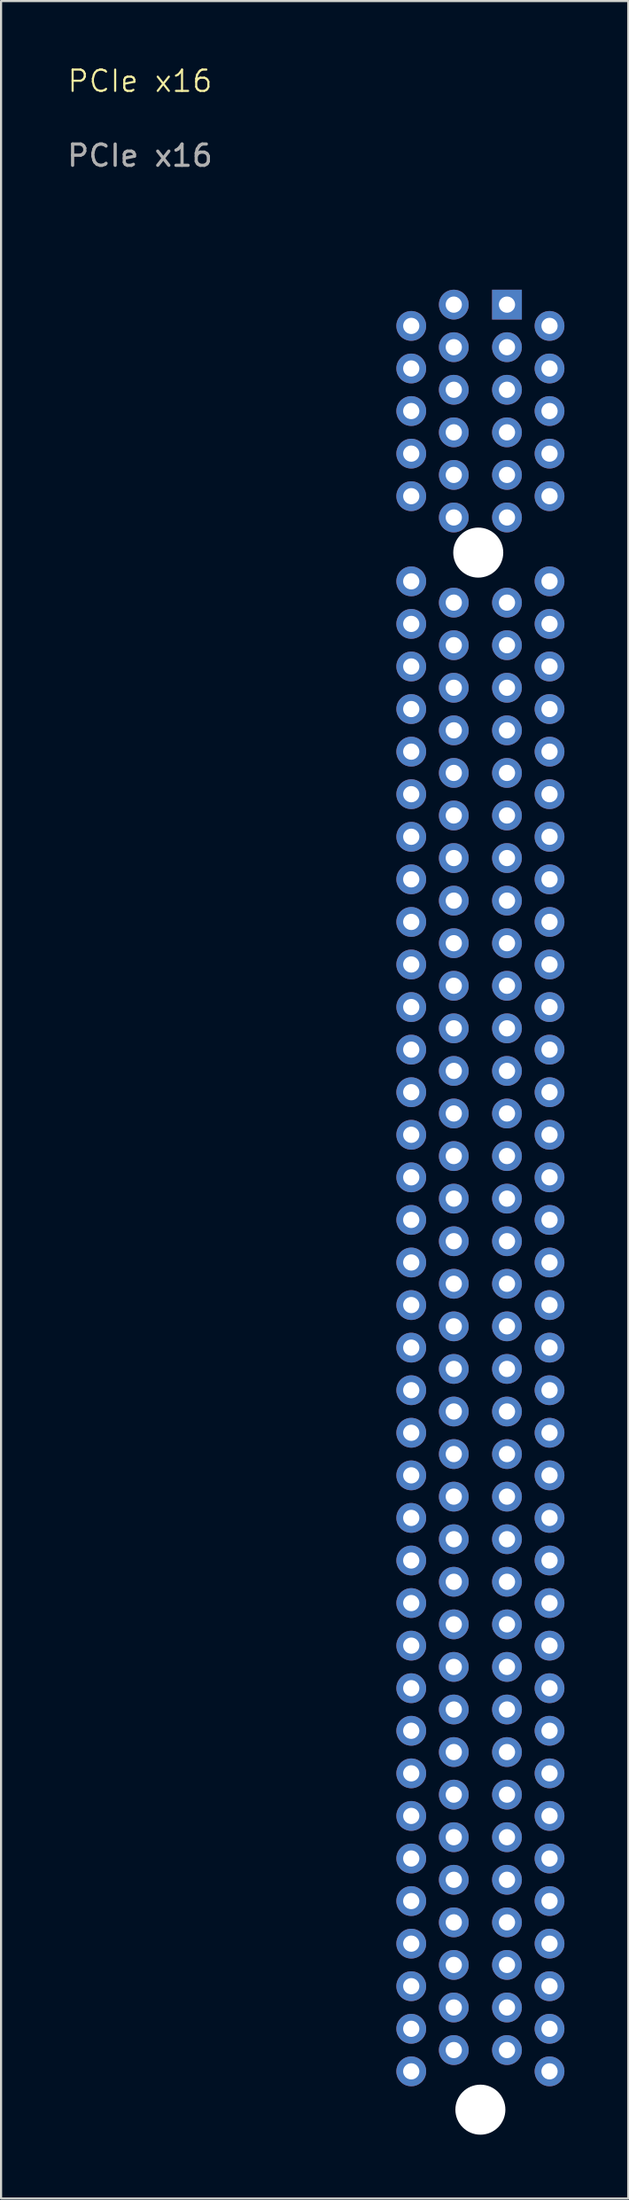
<source format=kicad_pcb>
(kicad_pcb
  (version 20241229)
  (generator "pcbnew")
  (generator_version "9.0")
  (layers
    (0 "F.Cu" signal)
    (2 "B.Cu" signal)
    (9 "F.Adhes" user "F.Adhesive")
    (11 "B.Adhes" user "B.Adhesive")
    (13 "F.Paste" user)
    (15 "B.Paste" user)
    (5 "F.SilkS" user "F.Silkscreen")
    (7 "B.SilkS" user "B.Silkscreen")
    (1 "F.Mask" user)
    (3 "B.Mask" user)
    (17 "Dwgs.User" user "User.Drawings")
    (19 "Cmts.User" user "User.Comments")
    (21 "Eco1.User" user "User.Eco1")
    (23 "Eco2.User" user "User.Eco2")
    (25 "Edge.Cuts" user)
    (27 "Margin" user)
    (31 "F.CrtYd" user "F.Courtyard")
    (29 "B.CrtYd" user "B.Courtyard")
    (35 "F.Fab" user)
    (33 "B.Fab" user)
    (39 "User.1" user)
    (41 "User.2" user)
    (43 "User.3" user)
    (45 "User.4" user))
  (footprint "PCIe x16"
    (layer "F.Cu")
    (at 19.53 11.261)
    (property "Reference" "PCIe x16" (at -16 -10.5 0) (unlocked yes) (layer "F.SilkS") (effects (font (size 1 1) (thickness 0.1))))
    (attr through_hole)
    (fp_text user "${REFERENCE}" (at -16 -7 0) (unlocked yes) (layer "F.Fab") (effects (font (size 1 1) (thickness 0.15))))
    (pad "" np_thru_hole circle (at -0.1 11.65) (size 2.35 2.35) (drill 2.35) (layers "*.Cu" "*.Mask"))
    (pad "" np_thru_hole circle (at 0 84.8) (size 2.35 2.35) (drill 2.35) (layers "*.Cu" "*.Mask"))
    (pad "A1" thru_hole rect (at 1.25 0) (size 1.4 1.4) (drill 0.762) (layers "*.Cu" "*.Mask"))
    (pad "A2" thru_hole circle (at 3.25 1) (size 1.4 1.4) (drill 0.762) (layers "*.Cu" "*.Mask"))
    (pad "A3" thru_hole circle (at 1.25 2) (size 1.4 1.4) (drill 0.762) (layers "*.Cu" "*.Mask"))
    (pad "A4" thru_hole circle (at 3.25 3) (size 1.4 1.4) (drill 0.762) (layers "*.Cu" "*.Mask"))
    (pad "A5" thru_hole circle (at 1.25 4) (size 1.4 1.4) (drill 0.762) (layers "*.Cu" "*.Mask"))
    (pad "A6" thru_hole circle (at 3.25 5) (size 1.4 1.4) (drill 0.762) (layers "*.Cu" "*.Mask"))
    (pad "A7" thru_hole circle (at 1.25 6) (size 1.4 1.4) (drill 0.762) (layers "*.Cu" "*.Mask"))
    (pad "A8" thru_hole circle (at 3.25 7) (size 1.4 1.4) (drill 0.762) (layers "*.Cu" "*.Mask"))
    (pad "A9" thru_hole circle (at 1.25 8) (size 1.4 1.4) (drill 0.762) (layers "*.Cu" "*.Mask"))
    (pad "A10" thru_hole circle (at 3.25 9) (size 1.4 1.4) (drill 0.762) (layers "*.Cu" "*.Mask"))
    (pad "A11" thru_hole circle (at 1.25 10) (size 1.4 1.4) (drill 0.762) (layers "*.Cu" "*.Mask"))
    (pad "A12" thru_hole circle (at 3.25 13) (size 1.4 1.4) (drill 0.762) (layers "*.Cu" "*.Mask"))
    (pad "A13" thru_hole circle (at 1.25 14) (size 1.4 1.4) (drill 0.762) (layers "*.Cu" "*.Mask"))
    (pad "A14" thru_hole circle (at 3.25 15) (size 1.4 1.4) (drill 0.762) (layers "*.Cu" "*.Mask"))
    (pad "A15" thru_hole circle (at 1.25 16) (size 1.4 1.4) (drill 0.762) (layers "*.Cu" "*.Mask"))
    (pad "A16" thru_hole circle (at 3.25 17) (size 1.4 1.4) (drill 0.762) (layers "*.Cu" "*.Mask"))
    (pad "A17" thru_hole circle (at 1.25 18) (size 1.4 1.4) (drill 0.762) (layers "*.Cu" "*.Mask"))
    (pad "A18" thru_hole circle (at 3.25 19) (size 1.4 1.4) (drill 0.762) (layers "*.Cu" "*.Mask"))
    (pad "A19" thru_hole circle (at 1.25 20) (size 1.4 1.4) (drill 0.762) (layers "*.Cu" "*.Mask"))
    (pad "A20" thru_hole circle (at 3.25 21) (size 1.4 1.4) (drill 0.762) (layers "*.Cu" "*.Mask"))
    (pad "A21" thru_hole circle (at 1.25 22) (size 1.4 1.4) (drill 0.762) (layers "*.Cu" "*.Mask"))
    (pad "A22" thru_hole circle (at 3.25 23) (size 1.4 1.4) (drill 0.762) (layers "*.Cu" "*.Mask"))
    (pad "A23" thru_hole circle (at 1.25 24) (size 1.4 1.4) (drill 0.762) (layers "*.Cu" "*.Mask"))
    (pad "A24" thru_hole circle (at 3.25 25) (size 1.4 1.4) (drill 0.762) (layers "*.Cu" "*.Mask"))
    (pad "A25" thru_hole circle (at 1.25 26) (size 1.4 1.4) (drill 0.762) (layers "*.Cu" "*.Mask"))
    (pad "A26" thru_hole circle (at 3.25 27) (size 1.4 1.4) (drill 0.762) (layers "*.Cu" "*.Mask"))
    (pad "A27" thru_hole circle (at 1.25 28) (size 1.4 1.4) (drill 0.762) (layers "*.Cu" "*.Mask"))
    (pad "A28" thru_hole circle (at 3.25 29) (size 1.4 1.4) (drill 0.762) (layers "*.Cu" "*.Mask"))
    (pad "A29" thru_hole circle (at 1.25 30) (size 1.4 1.4) (drill 0.762) (layers "*.Cu" "*.Mask"))
    (pad "A30" thru_hole circle (at 3.25 31) (size 1.4 1.4) (drill 0.762) (layers "*.Cu" "*.Mask"))
    (pad "A31" thru_hole circle (at 1.25 32) (size 1.4 1.4) (drill 0.762) (layers "*.Cu" "*.Mask"))
    (pad "A32" thru_hole circle (at 3.25 33) (size 1.4 1.4) (drill 0.762) (layers "*.Cu" "*.Mask"))
    (pad "A33" thru_hole circle (at 1.25 34) (size 1.4 1.4) (drill 0.762) (layers "*.Cu" "*.Mask"))
    (pad "A34" thru_hole circle (at 3.25 35) (size 1.4 1.4) (drill 0.762) (layers "*.Cu" "*.Mask"))
    (pad "A35" thru_hole circle (at 1.25 36) (size 1.4 1.4) (drill 0.762) (layers "*.Cu" "*.Mask"))
    (pad "A36" thru_hole circle (at 3.25 37) (size 1.4 1.4) (drill 0.762) (layers "*.Cu" "*.Mask"))
    (pad "A37" thru_hole circle (at 1.25 38) (size 1.4 1.4) (drill 0.762) (layers "*.Cu" "*.Mask"))
    (pad "A38" thru_hole circle (at 3.25 39) (size 1.4 1.4) (drill 0.762) (layers "*.Cu" "*.Mask"))
    (pad "A39" thru_hole circle (at 1.25 40) (size 1.4 1.4) (drill 0.762) (layers "*.Cu" "*.Mask"))
    (pad "A40" thru_hole circle (at 3.25 41) (size 1.4 1.4) (drill 0.762) (layers "*.Cu" "*.Mask"))
    (pad "A41" thru_hole circle (at 1.25 42) (size 1.4 1.4) (drill 0.762) (layers "*.Cu" "*.Mask"))
    (pad "A42" thru_hole circle (at 3.25 43) (size 1.4 1.4) (drill 0.762) (layers "*.Cu" "*.Mask"))
    (pad "A43" thru_hole circle (at 1.25 44) (size 1.4 1.4) (drill 0.762) (layers "*.Cu" "*.Mask"))
    (pad "A44" thru_hole circle (at 3.25 45) (size 1.4 1.4) (drill 0.762) (layers "*.Cu" "*.Mask"))
    (pad "A45" thru_hole circle (at 1.25 46) (size 1.4 1.4) (drill 0.762) (layers "*.Cu" "*.Mask"))
    (pad "A46" thru_hole circle (at 3.25 47) (size 1.4 1.4) (drill 0.762) (layers "*.Cu" "*.Mask"))
    (pad "A47" thru_hole circle (at 1.25 48) (size 1.4 1.4) (drill 0.762) (layers "*.Cu" "*.Mask"))
    (pad "A48" thru_hole circle (at 3.25 49) (size 1.4 1.4) (drill 0.762) (layers "*.Cu" "*.Mask"))
    (pad "A49" thru_hole circle (at 1.25 50) (size 1.4 1.4) (drill 0.762) (layers "*.Cu" "*.Mask"))
    (pad "A50" thru_hole circle (at 3.25 51) (size 1.4 1.4) (drill 0.762) (layers "*.Cu" "*.Mask"))
    (pad "A51" thru_hole circle (at 1.25 52) (size 1.4 1.4) (drill 0.762) (layers "*.Cu" "*.Mask"))
    (pad "A52" thru_hole circle (at 3.25 53) (size 1.4 1.4) (drill 0.762) (layers "*.Cu" "*.Mask"))
    (pad "A53" thru_hole circle (at 1.25 54) (size 1.4 1.4) (drill 0.762) (layers "*.Cu" "*.Mask"))
    (pad "A54" thru_hole circle (at 3.25 55) (size 1.4 1.4) (drill 0.762) (layers "*.Cu" "*.Mask"))
    (pad "A55" thru_hole circle (at 1.25 56) (size 1.4 1.4) (drill 0.762) (layers "*.Cu" "*.Mask"))
    (pad "A56" thru_hole circle (at 3.25 57) (size 1.4 1.4) (drill 0.762) (layers "*.Cu" "*.Mask"))
    (pad "A57" thru_hole circle (at 1.25 58) (size 1.4 1.4) (drill 0.762) (layers "*.Cu" "*.Mask"))
    (pad "A58" thru_hole circle (at 3.25 59) (size 1.4 1.4) (drill 0.762) (layers "*.Cu" "*.Mask"))
    (pad "A59" thru_hole circle (at 1.25 60) (size 1.4 1.4) (drill 0.762) (layers "*.Cu" "*.Mask"))
    (pad "A60" thru_hole circle (at 3.25 61) (size 1.4 1.4) (drill 0.762) (layers "*.Cu" "*.Mask"))
    (pad "A61" thru_hole circle (at 1.25 62) (size 1.4 1.4) (drill 0.762) (layers "*.Cu" "*.Mask"))
    (pad "A62" thru_hole circle (at 3.25 63) (size 1.4 1.4) (drill 0.762) (layers "*.Cu" "*.Mask"))
    (pad "A63" thru_hole circle (at 1.25 64) (size 1.4 1.4) (drill 0.762) (layers "*.Cu" "*.Mask"))
    (pad "A64" thru_hole circle (at 3.25 65) (size 1.4 1.4) (drill 0.762) (layers "*.Cu" "*.Mask"))
    (pad "A65" thru_hole circle (at 1.25 66) (size 1.4 1.4) (drill 0.762) (layers "*.Cu" "*.Mask"))
    (pad "A66" thru_hole circle (at 3.25 67) (size 1.4 1.4) (drill 0.762) (layers "*.Cu" "*.Mask"))
    (pad "A67" thru_hole circle (at 1.25 68) (size 1.4 1.4) (drill 0.762) (layers "*.Cu" "*.Mask"))
    (pad "A68" thru_hole circle (at 3.25 69) (size 1.4 1.4) (drill 0.762) (layers "*.Cu" "*.Mask"))
    (pad "A69" thru_hole circle (at 1.25 70) (size 1.4 1.4) (drill 0.762) (layers "*.Cu" "*.Mask"))
    (pad "A70" thru_hole circle (at 3.25 71) (size 1.4 1.4) (drill 0.762) (layers "*.Cu" "*.Mask"))
    (pad "A71" thru_hole circle (at 1.25 72) (size 1.4 1.4) (drill 0.762) (layers "*.Cu" "*.Mask"))
    (pad "A72" thru_hole circle (at 3.25 73) (size 1.4 1.4) (drill 0.762) (layers "*.Cu" "*.Mask"))
    (pad "A73" thru_hole circle (at 1.25 74) (size 1.4 1.4) (drill 0.762) (layers "*.Cu" "*.Mask"))
    (pad "A74" thru_hole circle (at 3.25 75) (size 1.4 1.4) (drill 0.762) (layers "*.Cu" "*.Mask"))
    (pad "A75" thru_hole circle (at 1.25 76) (size 1.4 1.4) (drill 0.762) (layers "*.Cu" "*.Mask"))
    (pad "A76" thru_hole circle (at 3.25 77) (size 1.4 1.4) (drill 0.762) (layers "*.Cu" "*.Mask"))
    (pad "A77" thru_hole circle (at 1.25 78) (size 1.4 1.4) (drill 0.762) (layers "*.Cu" "*.Mask"))
    (pad "A78" thru_hole circle (at 3.25 79) (size 1.4 1.4) (drill 0.762) (layers "*.Cu" "*.Mask"))
    (pad "A79" thru_hole circle (at 1.25 80) (size 1.4 1.4) (drill 0.762) (layers "*.Cu" "*.Mask"))
    (pad "A80" thru_hole circle (at 3.25 81) (size 1.4 1.4) (drill 0.762) (layers "*.Cu" "*.Mask"))
    (pad "A81" thru_hole circle (at 1.25 82) (size 1.4 1.4) (drill 0.762) (layers "*.Cu" "*.Mask"))
    (pad "A82" thru_hole circle (at 3.25 83) (size 1.4 1.4) (drill 0.762) (layers "*.Cu" "*.Mask"))
    (pad "B1" thru_hole circle (at -1.25 0) (size 1.4 1.4) (drill 0.762) (layers "*.Cu" "*.Mask"))
    (pad "B2" thru_hole circle (at -3.25 1) (size 1.4 1.4) (drill 0.762) (layers "*.Cu" "*.Mask"))
    (pad "B3" thru_hole circle (at -1.25 2) (size 1.4 1.4) (drill 0.762) (layers "*.Cu" "*.Mask"))
    (pad "B4" thru_hole circle (at -3.25 3) (size 1.4 1.4) (drill 0.762) (layers "*.Cu" "*.Mask"))
    (pad "B5" thru_hole circle (at -1.25 4) (size 1.4 1.4) (drill 0.762) (layers "*.Cu" "*.Mask"))
    (pad "B6" thru_hole circle (at -3.25 5) (size 1.4 1.4) (drill 0.762) (layers "*.Cu" "*.Mask"))
    (pad "B7" thru_hole circle (at -1.25 6) (size 1.4 1.4) (drill 0.762) (layers "*.Cu" "*.Mask"))
    (pad "B8" thru_hole circle (at -3.25 7) (size 1.4 1.4) (drill 0.762) (layers "*.Cu" "*.Mask"))
    (pad "B9" thru_hole circle (at -1.25 8) (size 1.4 1.4) (drill 0.762) (layers "*.Cu" "*.Mask"))
    (pad "B10" thru_hole circle (at -3.25 9) (size 1.4 1.4) (drill 0.762) (layers "*.Cu" "*.Mask"))
    (pad "B11" thru_hole circle (at -1.25 10) (size 1.4 1.4) (drill 0.762) (layers "*.Cu" "*.Mask"))
    (pad "B12" thru_hole circle (at -3.25 13) (size 1.4 1.4) (drill 0.762) (layers "*.Cu" "*.Mask"))
    (pad "B13" thru_hole circle (at -1.25 14) (size 1.4 1.4) (drill 0.762) (layers "*.Cu" "*.Mask"))
    (pad "B14" thru_hole circle (at -3.25 15) (size 1.4 1.4) (drill 0.762) (layers "*.Cu" "*.Mask"))
    (pad "B15" thru_hole circle (at -1.25 16) (size 1.4 1.4) (drill 0.762) (layers "*.Cu" "*.Mask"))
    (pad "B16" thru_hole circle (at -3.25 17) (size 1.4 1.4) (drill 0.762) (layers "*.Cu" "*.Mask"))
    (pad "B17" thru_hole circle (at -1.25 18) (size 1.4 1.4) (drill 0.762) (layers "*.Cu" "*.Mask"))
    (pad "B18" thru_hole circle (at -3.25 19) (size 1.4 1.4) (drill 0.762) (layers "*.Cu" "*.Mask"))
    (pad "B19" thru_hole circle (at -1.25 20) (size 1.4 1.4) (drill 0.762) (layers "*.Cu" "*.Mask"))
    (pad "B20" thru_hole circle (at -3.25 21) (size 1.4 1.4) (drill 0.762) (layers "*.Cu" "*.Mask"))
    (pad "B21" thru_hole circle (at -1.25 22) (size 1.4 1.4) (drill 0.762) (layers "*.Cu" "*.Mask"))
    (pad "B22" thru_hole circle (at -3.25 23) (size 1.4 1.4) (drill 0.762) (layers "*.Cu" "*.Mask"))
    (pad "B23" thru_hole circle (at -1.25 24) (size 1.4 1.4) (drill 0.762) (layers "*.Cu" "*.Mask"))
    (pad "B24" thru_hole circle (at -3.25 25) (size 1.4 1.4) (drill 0.762) (layers "*.Cu" "*.Mask"))
    (pad "B25" thru_hole circle (at -1.25 26) (size 1.4 1.4) (drill 0.762) (layers "*.Cu" "*.Mask"))
    (pad "B26" thru_hole circle (at -3.25 27) (size 1.4 1.4) (drill 0.762) (layers "*.Cu" "*.Mask"))
    (pad "B27" thru_hole circle (at -1.25 28) (size 1.4 1.4) (drill 0.762) (layers "*.Cu" "*.Mask"))
    (pad "B28" thru_hole circle (at -3.25 29) (size 1.4 1.4) (drill 0.762) (layers "*.Cu" "*.Mask"))
    (pad "B29" thru_hole circle (at -1.25 30) (size 1.4 1.4) (drill 0.762) (layers "*.Cu" "*.Mask"))
    (pad "B30" thru_hole circle (at -3.25 31) (size 1.4 1.4) (drill 0.762) (layers "*.Cu" "*.Mask"))
    (pad "B31" thru_hole circle (at -1.25 32) (size 1.4 1.4) (drill 0.762) (layers "*.Cu" "*.Mask"))
    (pad "B32" thru_hole circle (at -3.25 33) (size 1.4 1.4) (drill 0.762) (layers "*.Cu" "*.Mask"))
    (pad "B33" thru_hole circle (at -1.25 34) (size 1.4 1.4) (drill 0.762) (layers "*.Cu" "*.Mask"))
    (pad "B34" thru_hole circle (at -3.25 35) (size 1.4 1.4) (drill 0.762) (layers "*.Cu" "*.Mask"))
    (pad "B35" thru_hole circle (at -1.25 36) (size 1.4 1.4) (drill 0.762) (layers "*.Cu" "*.Mask"))
    (pad "B36" thru_hole circle (at -3.25 37) (size 1.4 1.4) (drill 0.762) (layers "*.Cu" "*.Mask"))
    (pad "B37" thru_hole circle (at -1.25 38) (size 1.4 1.4) (drill 0.762) (layers "*.Cu" "*.Mask"))
    (pad "B38" thru_hole circle (at -3.25 39) (size 1.4 1.4) (drill 0.762) (layers "*.Cu" "*.Mask"))
    (pad "B39" thru_hole circle (at -1.25 40) (size 1.4 1.4) (drill 0.762) (layers "*.Cu" "*.Mask"))
    (pad "B40" thru_hole circle (at -3.25 41) (size 1.4 1.4) (drill 0.762) (layers "*.Cu" "*.Mask"))
    (pad "B41" thru_hole circle (at -1.25 42) (size 1.4 1.4) (drill 0.762) (layers "*.Cu" "*.Mask"))
    (pad "B42" thru_hole circle (at -3.25 43) (size 1.4 1.4) (drill 0.762) (layers "*.Cu" "*.Mask"))
    (pad "B43" thru_hole circle (at -1.25 44) (size 1.4 1.4) (drill 0.762) (layers "*.Cu" "*.Mask"))
    (pad "B44" thru_hole circle (at -3.25 45) (size 1.4 1.4) (drill 0.762) (layers "*.Cu" "*.Mask"))
    (pad "B45" thru_hole circle (at -1.25 46) (size 1.4 1.4) (drill 0.762) (layers "*.Cu" "*.Mask"))
    (pad "B46" thru_hole circle (at -3.25 47) (size 1.4 1.4) (drill 0.762) (layers "*.Cu" "*.Mask"))
    (pad "B47" thru_hole circle (at -1.25 48) (size 1.4 1.4) (drill 0.762) (layers "*.Cu" "*.Mask"))
    (pad "B48" thru_hole circle (at -3.25 49) (size 1.4 1.4) (drill 0.762) (layers "*.Cu" "*.Mask"))
    (pad "B49" thru_hole circle (at -1.25 50) (size 1.4 1.4) (drill 0.762) (layers "*.Cu" "*.Mask"))
    (pad "B50" thru_hole circle (at -3.25 51) (size 1.4 1.4) (drill 0.762) (layers "*.Cu" "*.Mask"))
    (pad "B51" thru_hole circle (at -1.25 52) (size 1.4 1.4) (drill 0.762) (layers "*.Cu" "*.Mask"))
    (pad "B52" thru_hole circle (at -3.25 53) (size 1.4 1.4) (drill 0.762) (layers "*.Cu" "*.Mask"))
    (pad "B53" thru_hole circle (at -1.25 54) (size 1.4 1.4) (drill 0.762) (layers "*.Cu" "*.Mask"))
    (pad "B54" thru_hole circle (at -3.25 55) (size 1.4 1.4) (drill 0.762) (layers "*.Cu" "*.Mask"))
    (pad "B55" thru_hole circle (at -1.25 56) (size 1.4 1.4) (drill 0.762) (layers "*.Cu" "*.Mask"))
    (pad "B56" thru_hole circle (at -3.25 57) (size 1.4 1.4) (drill 0.762) (layers "*.Cu" "*.Mask"))
    (pad "B57" thru_hole circle (at -1.25 58) (size 1.4 1.4) (drill 0.762) (layers "*.Cu" "*.Mask"))
    (pad "B58" thru_hole circle (at -3.25 59) (size 1.4 1.4) (drill 0.762) (layers "*.Cu" "*.Mask"))
    (pad "B59" thru_hole circle (at -1.25 60) (size 1.4 1.4) (drill 0.762) (layers "*.Cu" "*.Mask"))
    (pad "B60" thru_hole circle (at -3.25 61) (size 1.4 1.4) (drill 0.762) (layers "*.Cu" "*.Mask"))
    (pad "B61" thru_hole circle (at -1.25 62) (size 1.4 1.4) (drill 0.762) (layers "*.Cu" "*.Mask"))
    (pad "B62" thru_hole circle (at -3.25 63) (size 1.4 1.4) (drill 0.762) (layers "*.Cu" "*.Mask"))
    (pad "B63" thru_hole circle (at -1.25 64) (size 1.4 1.4) (drill 0.762) (layers "*.Cu" "*.Mask"))
    (pad "B64" thru_hole circle (at -3.25 65) (size 1.4 1.4) (drill 0.762) (layers "*.Cu" "*.Mask"))
    (pad "B65" thru_hole circle (at -1.25 66) (size 1.4 1.4) (drill 0.762) (layers "*.Cu" "*.Mask"))
    (pad "B66" thru_hole circle (at -3.25 67) (size 1.4 1.4) (drill 0.762) (layers "*.Cu" "*.Mask"))
    (pad "B67" thru_hole circle (at -1.25 68) (size 1.4 1.4) (drill 0.762) (layers "*.Cu" "*.Mask"))
    (pad "B68" thru_hole circle (at -3.25 69) (size 1.4 1.4) (drill 0.762) (layers "*.Cu" "*.Mask"))
    (pad "B69" thru_hole circle (at -1.25 70) (size 1.4 1.4) (drill 0.762) (layers "*.Cu" "*.Mask"))
    (pad "B70" thru_hole circle (at -3.25 71) (size 1.4 1.4) (drill 0.762) (layers "*.Cu" "*.Mask"))
    (pad "B71" thru_hole circle (at -1.25 72) (size 1.4 1.4) (drill 0.762) (layers "*.Cu" "*.Mask"))
    (pad "B72" thru_hole circle (at -3.25 73) (size 1.4 1.4) (drill 0.762) (layers "*.Cu" "*.Mask"))
    (pad "B73" thru_hole circle (at -1.25 74) (size 1.4 1.4) (drill 0.762) (layers "*.Cu" "*.Mask"))
    (pad "B74" thru_hole circle (at -3.25 75) (size 1.4 1.4) (drill 0.762) (layers "*.Cu" "*.Mask"))
    (pad "B75" thru_hole circle (at -1.25 76) (size 1.4 1.4) (drill 0.762) (layers "*.Cu" "*.Mask"))
    (pad "B76" thru_hole circle (at -3.25 77) (size 1.4 1.4) (drill 0.762) (layers "*.Cu" "*.Mask"))
    (pad "B77" thru_hole circle (at -1.25 78) (size 1.4 1.4) (drill 0.762) (layers "*.Cu" "*.Mask"))
    (pad "B78" thru_hole circle (at -3.25 79) (size 1.4 1.4) (drill 0.762) (layers "*.Cu" "*.Mask"))
    (pad "B79" thru_hole circle (at -1.25 80) (size 1.4 1.4) (drill 0.762) (layers "*.Cu" "*.Mask"))
    (pad "B80" thru_hole circle (at -3.25 81) (size 1.4 1.4) (drill 0.762) (layers "*.Cu" "*.Mask"))
    (pad "B81" thru_hole circle (at -1.25 82) (size 1.4 1.4) (drill 0.762) (layers "*.Cu" "*.Mask"))
    (pad "B82" thru_hole circle (at -3.25 83) (size 1.4 1.4) (drill 0.762) (layers "*.Cu" "*.Mask")))
  (gr_rect
    (start -3 -3)
    (end 26.48 100.236)
    (stroke (width 0.1) (type default))
    (fill no)
    (layer "Edge.Cuts")))
</source>
